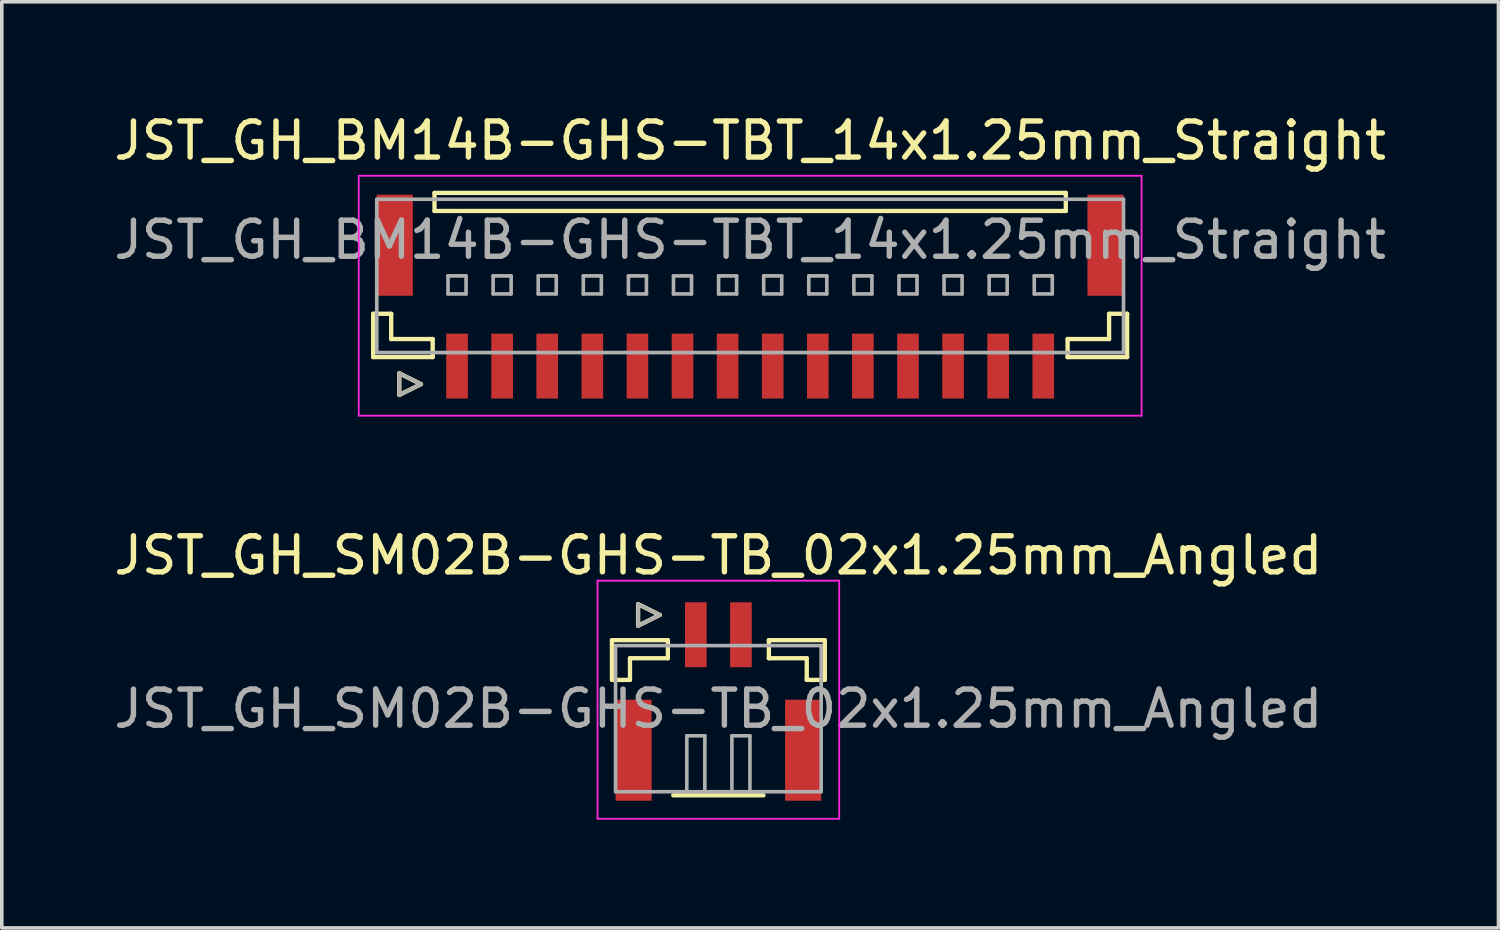
<source format=kicad_pcb>
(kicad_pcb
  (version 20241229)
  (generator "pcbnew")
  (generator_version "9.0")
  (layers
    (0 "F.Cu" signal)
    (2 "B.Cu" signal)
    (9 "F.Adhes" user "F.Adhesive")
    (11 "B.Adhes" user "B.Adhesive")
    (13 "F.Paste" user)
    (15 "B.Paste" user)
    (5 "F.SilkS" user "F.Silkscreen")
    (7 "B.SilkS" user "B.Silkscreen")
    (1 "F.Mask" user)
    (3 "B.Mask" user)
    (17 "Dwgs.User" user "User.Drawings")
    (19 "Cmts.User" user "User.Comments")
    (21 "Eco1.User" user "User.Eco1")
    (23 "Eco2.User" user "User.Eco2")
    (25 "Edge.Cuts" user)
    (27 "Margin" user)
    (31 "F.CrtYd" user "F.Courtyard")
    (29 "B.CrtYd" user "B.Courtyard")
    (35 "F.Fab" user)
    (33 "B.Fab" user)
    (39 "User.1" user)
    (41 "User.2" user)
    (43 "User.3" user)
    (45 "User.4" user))
  (footprint "JST_GH_BM14B-GHS-TBT_14x1.25mm_Straight"
    (layer "F.Cu")
    (at 17.744 5.423)
    (property "Reference" "JST_GH_BM14B-GHS-TBT_14x1.25mm_Straight" (at 0 -4.575 0) (layer "F.SilkS") (effects (font (size 1 1) (thickness 0.15))))
    (attr smd)
    (fp_line (start -10.45 0.225) (end -10.45 1.425) (stroke (width 0.12) (type solid)) (layer "F.SilkS"))
    (fp_line (start -10.45 1.425) (end -8.8 1.425) (stroke (width 0.12) (type solid)) (layer "F.SilkS"))
    (fp_line (start -9.95 0.225) (end -10.45 0.225) (stroke (width 0.12) (type solid)) (layer "F.SilkS"))
    (fp_line (start -9.95 0.925) (end -9.95 0.225) (stroke (width 0.12) (type solid)) (layer "F.SilkS"))
    (fp_line (start -9.725 1.875) (end -9.125 2.175) (stroke (width 0.12) (type solid)) (layer "F.SilkS"))
    (fp_line (start -9.725 2.475) (end -9.725 1.875) (stroke (width 0.12) (type solid)) (layer "F.SilkS"))
    (fp_line (start -9.125 2.175) (end -9.725 2.475) (stroke (width 0.12) (type solid)) (layer "F.SilkS"))
    (fp_line (start -8.8 0.925) (end -9.95 0.925) (stroke (width 0.12) (type solid)) (layer "F.SilkS"))
    (fp_line (start -8.8 1.425) (end -8.8 0.925) (stroke (width 0.12) (type solid)) (layer "F.SilkS"))
    (fp_line (start -8.75 -3.125) (end 8.75 -3.125) (stroke (width 0.12) (type solid)) (layer "F.SilkS"))
    (fp_line (start -8.75 -2.625) (end -8.75 -3.125) (stroke (width 0.12) (type solid)) (layer "F.SilkS"))
    (fp_line (start 8.75 -3.125) (end 8.75 -2.625) (stroke (width 0.12) (type solid)) (layer "F.SilkS"))
    (fp_line (start 8.75 -2.625) (end -8.75 -2.625) (stroke (width 0.12) (type solid)) (layer "F.SilkS"))
    (fp_line (start 8.8 0.925) (end 9.95 0.925) (stroke (width 0.12) (type solid)) (layer "F.SilkS"))
    (fp_line (start 8.8 1.425) (end 8.8 0.925) (stroke (width 0.12) (type solid)) (layer "F.SilkS"))
    (fp_line (start 9.95 0.225) (end 10.45 0.225) (stroke (width 0.12) (type solid)) (layer "F.SilkS"))
    (fp_line (start 9.95 0.925) (end 9.95 0.225) (stroke (width 0.12) (type solid)) (layer "F.SilkS"))
    (fp_line (start 10.45 0.225) (end 10.45 1.425) (stroke (width 0.12) (type solid)) (layer "F.SilkS"))
    (fp_line (start 10.45 1.425) (end 8.8 1.425) (stroke (width 0.12) (type solid)) (layer "F.SilkS"))
    (fp_line (start -10.85 -3.6) (end 10.85 -3.6) (stroke (width 0.05) (type solid)) (layer "F.CrtYd"))
    (fp_line (start -10.85 3.05) (end -10.85 -3.6) (stroke (width 0.05) (type solid)) (layer "F.CrtYd"))
    (fp_line (start 10.85 -3.6) (end 10.85 3.05) (stroke (width 0.05) (type solid)) (layer "F.CrtYd"))
    (fp_line (start 10.85 3.05) (end -10.85 3.05) (stroke (width 0.05) (type solid)) (layer "F.CrtYd"))
    (fp_line (start -10.35 -2.95) (end 10.35 -2.95) (stroke (width 0.1) (type solid)) (layer "F.Fab"))
    (fp_line (start -10.35 1.3) (end -10.35 -2.95) (stroke (width 0.1) (type solid)) (layer "F.Fab"))
    (fp_line (start -9.725 1.875) (end -9.125 2.175) (stroke (width 0.1) (type solid)) (layer "F.Fab"))
    (fp_line (start -9.725 2.475) (end -9.725 1.875) (stroke (width 0.1) (type solid)) (layer "F.Fab"))
    (fp_line (start -9.125 2.175) (end -9.725 2.475) (stroke (width 0.1) (type solid)) (layer "F.Fab"))
    (fp_line (start -8.375 -0.825) (end -7.875 -0.825) (stroke (width 0.1) (type solid)) (layer "F.Fab"))
    (fp_line (start -8.375 -0.325) (end -8.375 -0.825) (stroke (width 0.1) (type solid)) (layer "F.Fab"))
    (fp_line (start -7.875 -0.825) (end -7.875 -0.325) (stroke (width 0.1) (type solid)) (layer "F.Fab"))
    (fp_line (start -7.875 -0.325) (end -8.375 -0.325) (stroke (width 0.1) (type solid)) (layer "F.Fab"))
    (fp_line (start -7.125 -0.825) (end -6.625 -0.825) (stroke (width 0.1) (type solid)) (layer "F.Fab"))
    (fp_line (start -7.125 -0.325) (end -7.125 -0.825) (stroke (width 0.1) (type solid)) (layer "F.Fab"))
    (fp_line (start -6.625 -0.825) (end -6.625 -0.325) (stroke (width 0.1) (type solid)) (layer "F.Fab"))
    (fp_line (start -6.625 -0.325) (end -7.125 -0.325) (stroke (width 0.1) (type solid)) (layer "F.Fab"))
    (fp_line (start -5.875 -0.825) (end -5.375 -0.825) (stroke (width 0.1) (type solid)) (layer "F.Fab"))
    (fp_line (start -5.875 -0.325) (end -5.875 -0.825) (stroke (width 0.1) (type solid)) (layer "F.Fab"))
    (fp_line (start -5.375 -0.825) (end -5.375 -0.325) (stroke (width 0.1) (type solid)) (layer "F.Fab"))
    (fp_line (start -5.375 -0.325) (end -5.875 -0.325) (stroke (width 0.1) (type solid)) (layer "F.Fab"))
    (fp_line (start -4.625 -0.825) (end -4.125 -0.825) (stroke (width 0.1) (type solid)) (layer "F.Fab"))
    (fp_line (start -4.625 -0.325) (end -4.625 -0.825) (stroke (width 0.1) (type solid)) (layer "F.Fab"))
    (fp_line (start -4.125 -0.825) (end -4.125 -0.325) (stroke (width 0.1) (type solid)) (layer "F.Fab"))
    (fp_line (start -4.125 -0.325) (end -4.625 -0.325) (stroke (width 0.1) (type solid)) (layer "F.Fab"))
    (fp_line (start -3.375 -0.825) (end -2.875 -0.825) (stroke (width 0.1) (type solid)) (layer "F.Fab"))
    (fp_line (start -3.375 -0.325) (end -3.375 -0.825) (stroke (width 0.1) (type solid)) (layer "F.Fab"))
    (fp_line (start -2.875 -0.825) (end -2.875 -0.325) (stroke (width 0.1) (type solid)) (layer "F.Fab"))
    (fp_line (start -2.875 -0.325) (end -3.375 -0.325) (stroke (width 0.1) (type solid)) (layer "F.Fab"))
    (fp_line (start -2.125 -0.825) (end -1.625 -0.825) (stroke (width 0.1) (type solid)) (layer "F.Fab"))
    (fp_line (start -2.125 -0.325) (end -2.125 -0.825) (stroke (width 0.1) (type solid)) (layer "F.Fab"))
    (fp_line (start -1.625 -0.825) (end -1.625 -0.325) (stroke (width 0.1) (type solid)) (layer "F.Fab"))
    (fp_line (start -1.625 -0.325) (end -2.125 -0.325) (stroke (width 0.1) (type solid)) (layer "F.Fab"))
    (fp_line (start -0.875 -0.825) (end -0.375 -0.825) (stroke (width 0.1) (type solid)) (layer "F.Fab"))
    (fp_line (start -0.875 -0.325) (end -0.875 -0.825) (stroke (width 0.1) (type solid)) (layer "F.Fab"))
    (fp_line (start -0.375 -0.825) (end -0.375 -0.325) (stroke (width 0.1) (type solid)) (layer "F.Fab"))
    (fp_line (start -0.375 -0.325) (end -0.875 -0.325) (stroke (width 0.1) (type solid)) (layer "F.Fab"))
    (fp_line (start 0.375 -0.825) (end 0.875 -0.825) (stroke (width 0.1) (type solid)) (layer "F.Fab"))
    (fp_line (start 0.375 -0.325) (end 0.375 -0.825) (stroke (width 0.1) (type solid)) (layer "F.Fab"))
    (fp_line (start 0.875 -0.825) (end 0.875 -0.325) (stroke (width 0.1) (type solid)) (layer "F.Fab"))
    (fp_line (start 0.875 -0.325) (end 0.375 -0.325) (stroke (width 0.1) (type solid)) (layer "F.Fab"))
    (fp_line (start 1.625 -0.825) (end 2.125 -0.825) (stroke (width 0.1) (type solid)) (layer "F.Fab"))
    (fp_line (start 1.625 -0.325) (end 1.625 -0.825) (stroke (width 0.1) (type solid)) (layer "F.Fab"))
    (fp_line (start 2.125 -0.825) (end 2.125 -0.325) (stroke (width 0.1) (type solid)) (layer "F.Fab"))
    (fp_line (start 2.125 -0.325) (end 1.625 -0.325) (stroke (width 0.1) (type solid)) (layer "F.Fab"))
    (fp_line (start 2.875 -0.825) (end 3.375 -0.825) (stroke (width 0.1) (type solid)) (layer "F.Fab"))
    (fp_line (start 2.875 -0.325) (end 2.875 -0.825) (stroke (width 0.1) (type solid)) (layer "F.Fab"))
    (fp_line (start 3.375 -0.825) (end 3.375 -0.325) (stroke (width 0.1) (type solid)) (layer "F.Fab"))
    (fp_line (start 3.375 -0.325) (end 2.875 -0.325) (stroke (width 0.1) (type solid)) (layer "F.Fab"))
    (fp_line (start 4.125 -0.825) (end 4.625 -0.825) (stroke (width 0.1) (type solid)) (layer "F.Fab"))
    (fp_line (start 4.125 -0.325) (end 4.125 -0.825) (stroke (width 0.1) (type solid)) (layer "F.Fab"))
    (fp_line (start 4.625 -0.825) (end 4.625 -0.325) (stroke (width 0.1) (type solid)) (layer "F.Fab"))
    (fp_line (start 4.625 -0.325) (end 4.125 -0.325) (stroke (width 0.1) (type solid)) (layer "F.Fab"))
    (fp_line (start 5.375 -0.825) (end 5.875 -0.825) (stroke (width 0.1) (type solid)) (layer "F.Fab"))
    (fp_line (start 5.375 -0.325) (end 5.375 -0.825) (stroke (width 0.1) (type solid)) (layer "F.Fab"))
    (fp_line (start 5.875 -0.825) (end 5.875 -0.325) (stroke (width 0.1) (type solid)) (layer "F.Fab"))
    (fp_line (start 5.875 -0.325) (end 5.375 -0.325) (stroke (width 0.1) (type solid)) (layer "F.Fab"))
    (fp_line (start 6.625 -0.825) (end 7.125 -0.825) (stroke (width 0.1) (type solid)) (layer "F.Fab"))
    (fp_line (start 6.625 -0.325) (end 6.625 -0.825) (stroke (width 0.1) (type solid)) (layer "F.Fab"))
    (fp_line (start 7.125 -0.825) (end 7.125 -0.325) (stroke (width 0.1) (type solid)) (layer "F.Fab"))
    (fp_line (start 7.125 -0.325) (end 6.625 -0.325) (stroke (width 0.1) (type solid)) (layer "F.Fab"))
    (fp_line (start 7.875 -0.825) (end 8.375 -0.825) (stroke (width 0.1) (type solid)) (layer "F.Fab"))
    (fp_line (start 7.875 -0.325) (end 7.875 -0.825) (stroke (width 0.1) (type solid)) (layer "F.Fab"))
    (fp_line (start 8.375 -0.825) (end 8.375 -0.325) (stroke (width 0.1) (type solid)) (layer "F.Fab"))
    (fp_line (start 8.375 -0.325) (end 7.875 -0.325) (stroke (width 0.1) (type solid)) (layer "F.Fab"))
    (fp_line (start 10.35 -2.95) (end 10.35 1.3) (stroke (width 0.1) (type solid)) (layer "F.Fab"))
    (fp_line (start 10.35 1.3) (end -10.35 1.3) (stroke (width 0.1) (type solid)) (layer "F.Fab"))
    (fp_text user "${REFERENCE}" (at 0 -1.825 0) (layer "F.Fab") (effects (font (size 1 1) (thickness 0.15))))
    (pad "" smd rect (at -9.85 -1.675) (size 1 2.8) (layers "F.Cu" "F.Mask" "F.Paste"))
    (pad "" smd rect (at 9.85 -1.675) (size 1 2.8) (layers "F.Cu" "F.Mask" "F.Paste"))
    (pad "1" smd rect (at -8.125 1.675) (size 0.6 1.8) (layers "F.Cu" "F.Mask" "F.Paste"))
    (pad "2" smd rect (at -6.875 1.675) (size 0.6 1.8) (layers "F.Cu" "F.Mask" "F.Paste"))
    (pad "3" smd rect (at -5.625 1.675) (size 0.6 1.8) (layers "F.Cu" "F.Mask" "F.Paste"))
    (pad "4" smd rect (at -4.375 1.675) (size 0.6 1.8) (layers "F.Cu" "F.Mask" "F.Paste"))
    (pad "5" smd rect (at -3.125 1.675) (size 0.6 1.8) (layers "F.Cu" "F.Mask" "F.Paste"))
    (pad "6" smd rect (at -1.875 1.675) (size 0.6 1.8) (layers "F.Cu" "F.Mask" "F.Paste"))
    (pad "7" smd rect (at -0.625 1.675) (size 0.6 1.8) (layers "F.Cu" "F.Mask" "F.Paste"))
    (pad "8" smd rect (at 0.625 1.675) (size 0.6 1.8) (layers "F.Cu" "F.Mask" "F.Paste"))
    (pad "9" smd rect (at 1.875 1.675) (size 0.6 1.8) (layers "F.Cu" "F.Mask" "F.Paste"))
    (pad "10" smd rect (at 3.125 1.675) (size 0.6 1.8) (layers "F.Cu" "F.Mask" "F.Paste"))
    (pad "11" smd rect (at 4.375 1.675) (size 0.6 1.8) (layers "F.Cu" "F.Mask" "F.Paste"))
    (pad "12" smd rect (at 5.625 1.675) (size 0.6 1.8) (layers "F.Cu" "F.Mask" "F.Paste"))
    (pad "13" smd rect (at 6.875 1.675) (size 0.6 1.8) (layers "F.Cu" "F.Mask" "F.Paste"))
    (pad "14" smd rect (at 8.125 1.675) (size 0.6 1.8) (layers "F.Cu" "F.Mask" "F.Paste")))
  (footprint "JST_GH_SM02B-GHS-TB_02x1.25mm_Angled"
    (layer "F.Cu")
    (at 16.863 16.146)
    (property "Reference" "JST_GH_SM02B-GHS-TB_02x1.25mm_Angled" (at 0 -3.8 0) (layer "F.SilkS") (effects (font (size 1 1) (thickness 0.15))))
    (attr smd)
    (fp_line (start -2.95 -1.45) (end -1.4 -1.45) (stroke (width 0.12) (type solid)) (layer "F.SilkS"))
    (fp_line (start -2.95 -0.35) (end -2.95 -1.45) (stroke (width 0.12) (type solid)) (layer "F.SilkS"))
    (fp_line (start -2.45 -0.95) (end -2.45 -0.35) (stroke (width 0.12) (type solid)) (layer "F.SilkS"))
    (fp_line (start -2.45 -0.35) (end -2.95 -0.35) (stroke (width 0.12) (type solid)) (layer "F.SilkS"))
    (fp_line (start -2.225 -2.45) (end -2.225 -1.85) (stroke (width 0.12) (type solid)) (layer "F.SilkS"))
    (fp_line (start -2.225 -1.85) (end -1.625 -2.15) (stroke (width 0.12) (type solid)) (layer "F.SilkS"))
    (fp_line (start -1.625 -2.15) (end -2.225 -2.45) (stroke (width 0.12) (type solid)) (layer "F.SilkS"))
    (fp_line (start -1.4 -1.45) (end -1.4 -0.95) (stroke (width 0.12) (type solid)) (layer "F.SilkS"))
    (fp_line (start -1.4 -0.95) (end -2.45 -0.95) (stroke (width 0.12) (type solid)) (layer "F.SilkS"))
    (fp_line (start -1.25 2.85) (end 1.25 2.85) (stroke (width 0.12) (type solid)) (layer "F.SilkS"))
    (fp_line (start 1.4 -1.45) (end 1.4 -0.95) (stroke (width 0.12) (type solid)) (layer "F.SilkS"))
    (fp_line (start 1.4 -0.95) (end 2.45 -0.95) (stroke (width 0.12) (type solid)) (layer "F.SilkS"))
    (fp_line (start 2.45 -0.95) (end 2.45 -0.35) (stroke (width 0.12) (type solid)) (layer "F.SilkS"))
    (fp_line (start 2.45 -0.35) (end 2.95 -0.35) (stroke (width 0.12) (type solid)) (layer "F.SilkS"))
    (fp_line (start 2.95 -1.45) (end 1.4 -1.45) (stroke (width 0.12) (type solid)) (layer "F.SilkS"))
    (fp_line (start 2.95 -0.35) (end 2.95 -1.45) (stroke (width 0.12) (type solid)) (layer "F.SilkS"))
    (fp_line (start -3.35 -3.1) (end -3.35 3.5) (stroke (width 0.05) (type solid)) (layer "F.CrtYd"))
    (fp_line (start -3.35 3.5) (end 3.35 3.5) (stroke (width 0.05) (type solid)) (layer "F.CrtYd"))
    (fp_line (start 3.35 -3.1) (end -3.35 -3.1) (stroke (width 0.05) (type solid)) (layer "F.CrtYd"))
    (fp_line (start 3.35 3.5) (end 3.35 -3.1) (stroke (width 0.05) (type solid)) (layer "F.CrtYd"))
    (fp_line (start -2.85 -1.3) (end -2.85 2.75) (stroke (width 0.1) (type solid)) (layer "F.Fab"))
    (fp_line (start -2.85 2.75) (end 2.85 2.75) (stroke (width 0.1) (type solid)) (layer "F.Fab"))
    (fp_line (start -2.225 -2.45) (end -2.225 -1.85) (stroke (width 0.1) (type solid)) (layer "F.Fab"))
    (fp_line (start -2.225 -1.85) (end -1.625 -2.15) (stroke (width 0.1) (type solid)) (layer "F.Fab"))
    (fp_line (start -1.625 -2.15) (end -2.225 -2.45) (stroke (width 0.1) (type solid)) (layer "F.Fab"))
    (fp_line (start -0.875 1.2) (end -0.375 1.2) (stroke (width 0.1) (type solid)) (layer "F.Fab"))
    (fp_line (start -0.875 2.7) (end -0.875 1.2) (stroke (width 0.1) (type solid)) (layer "F.Fab"))
    (fp_line (start -0.375 1.2) (end -0.375 2.7) (stroke (width 0.1) (type solid)) (layer "F.Fab"))
    (fp_line (start 0.375 1.2) (end 0.875 1.2) (stroke (width 0.1) (type solid)) (layer "F.Fab"))
    (fp_line (start 0.375 2.7) (end 0.375 1.2) (stroke (width 0.1) (type solid)) (layer "F.Fab"))
    (fp_line (start 0.875 1.2) (end 0.875 2.7) (stroke (width 0.1) (type solid)) (layer "F.Fab"))
    (fp_line (start 2.85 -1.3) (end -2.85 -1.3) (stroke (width 0.1) (type solid)) (layer "F.Fab"))
    (fp_line (start 2.85 2.75) (end 2.85 -1.3) (stroke (width 0.1) (type solid)) (layer "F.Fab"))
    (fp_text user "${REFERENCE}" (at 0 0.45 0) (layer "F.Fab") (effects (font (size 1 1) (thickness 0.15))))
    (pad "" smd rect (at -2.35 1.6) (size 1 2.8) (layers "F.Cu" "F.Mask" "F.Paste"))
    (pad "" smd rect (at 2.35 1.6) (size 1 2.8) (layers "F.Cu" "F.Mask" "F.Paste"))
    (pad "1" smd rect (at -0.625 -1.6) (size 0.6 1.8) (layers "F.Cu" "F.Mask" "F.Paste"))
    (pad "2" smd rect (at 0.625 -1.6) (size 0.6 1.8) (layers "F.Cu" "F.Mask" "F.Paste")))
  (gr_rect
    (start -3 -3)
    (end 38.488 22.672)
    (stroke (width 0.1) (type default))
    (fill no)
    (layer "Edge.Cuts")))
</source>
